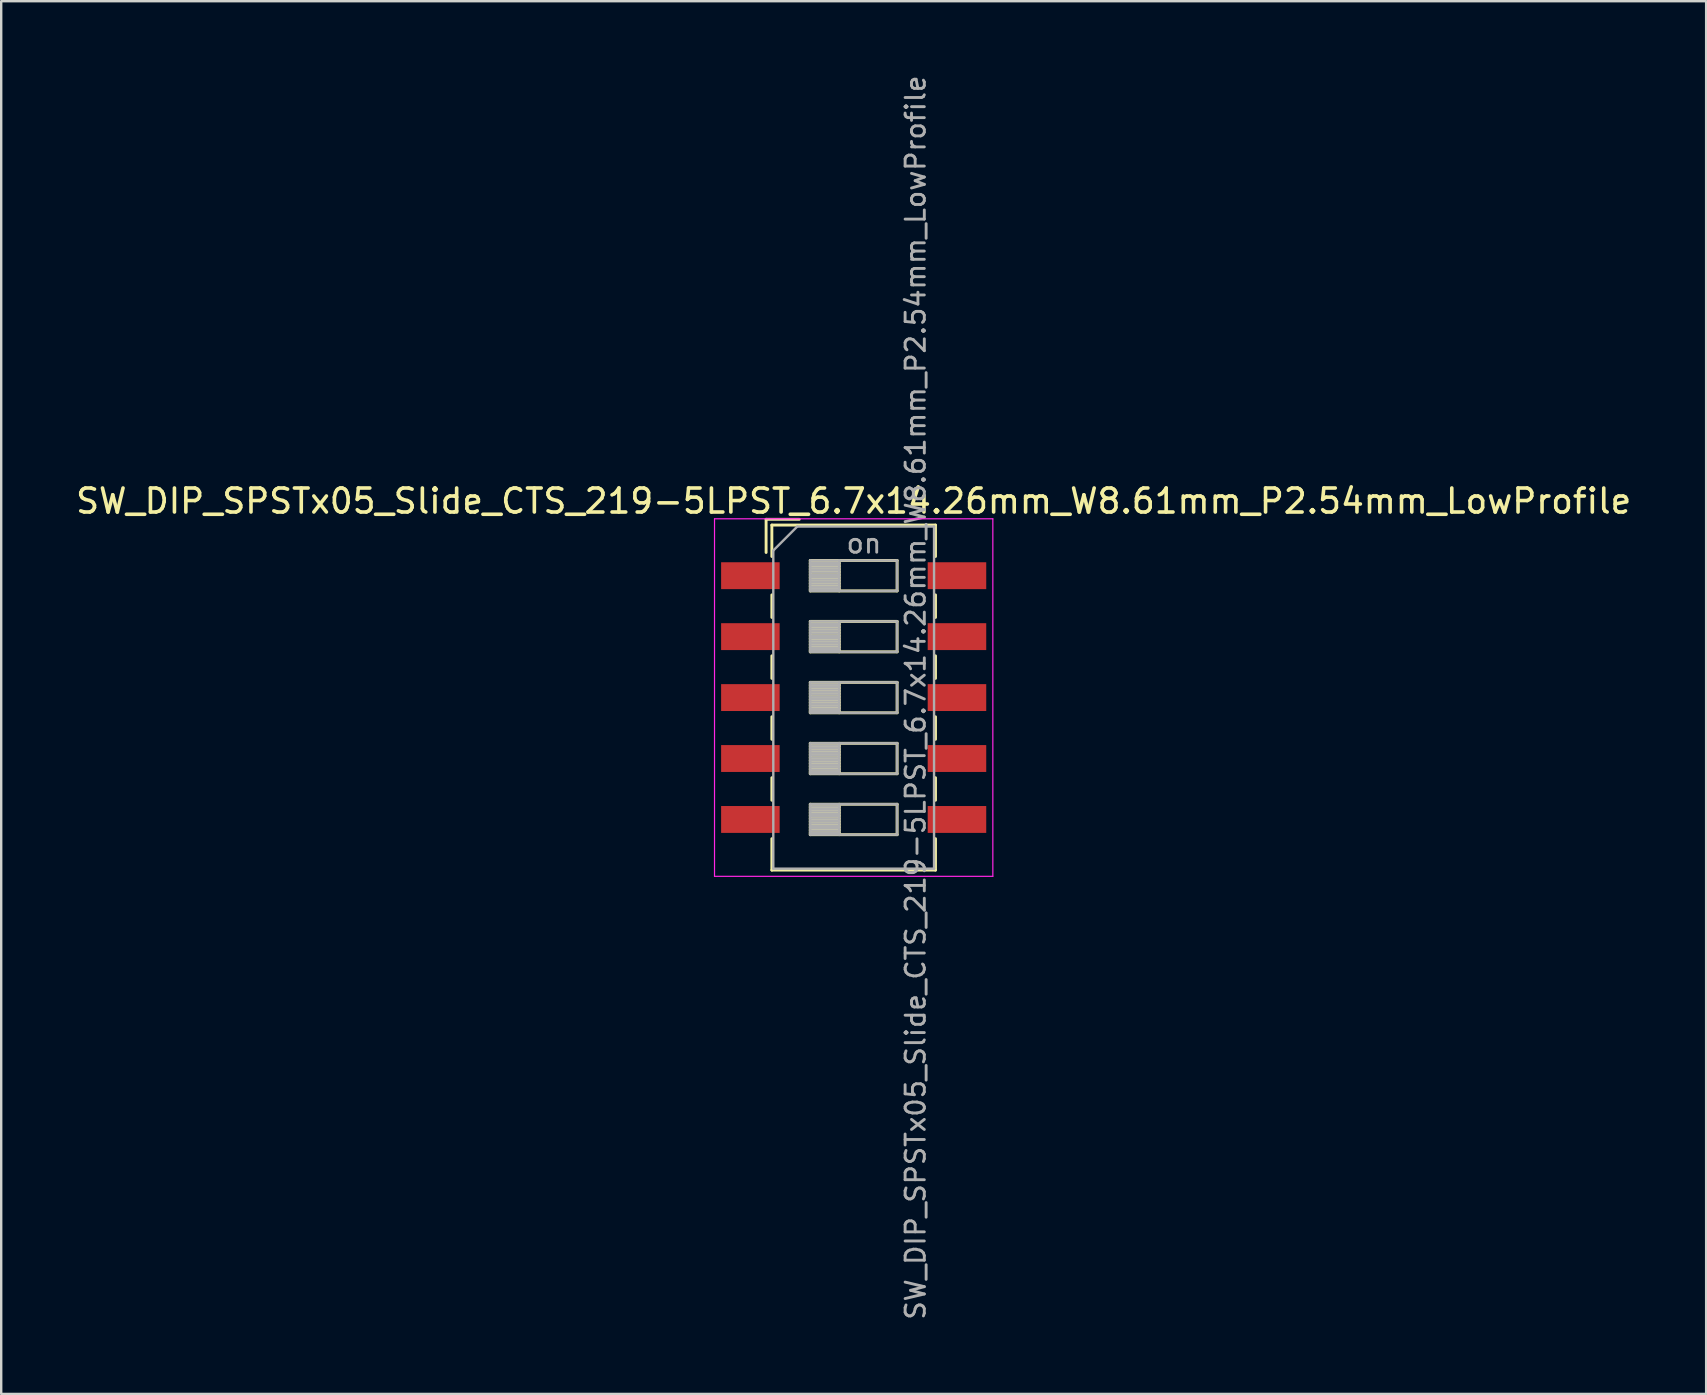
<source format=kicad_pcb>
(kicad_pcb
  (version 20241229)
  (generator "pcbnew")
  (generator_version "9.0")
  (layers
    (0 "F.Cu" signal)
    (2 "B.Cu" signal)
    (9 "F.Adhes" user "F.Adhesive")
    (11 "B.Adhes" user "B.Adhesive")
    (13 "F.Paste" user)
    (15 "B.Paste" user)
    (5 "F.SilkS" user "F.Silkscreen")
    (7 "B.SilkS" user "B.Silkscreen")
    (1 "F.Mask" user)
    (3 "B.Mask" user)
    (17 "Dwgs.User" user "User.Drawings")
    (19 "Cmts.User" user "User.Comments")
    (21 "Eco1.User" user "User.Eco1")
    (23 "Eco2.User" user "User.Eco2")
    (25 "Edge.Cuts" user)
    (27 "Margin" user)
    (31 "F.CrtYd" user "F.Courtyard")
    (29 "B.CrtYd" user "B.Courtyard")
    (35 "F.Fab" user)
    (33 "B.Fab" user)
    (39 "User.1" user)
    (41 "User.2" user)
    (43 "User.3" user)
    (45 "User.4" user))
  (footprint "SW_DIP_SPSTx05_Slide_CTS_219-5LPST_6.7x14.26mm_W8.61mm_P2.54mm_LowProfile"
    (layer "F.Cu")
    (at 32.53 26.024)
    (property "Reference" "SW_DIP_SPSTx05_Slide_CTS_219-5LPST_6.7x14.26mm_W8.61mm_P2.54mm_LowProfile" (at 0 -8.19 0) (layer "F.SilkS") (effects (font (size 1 1) (thickness 0.15))))
    (attr smd)
    (fp_line (start -3.65 -7.43) (end -3.65 -6.047) (stroke (width 0.12) (type solid)) (layer "F.SilkS"))
    (fp_line (start -3.65 -7.43) (end -2.267 -7.43) (stroke (width 0.12) (type solid)) (layer "F.SilkS"))
    (fp_line (start -3.41 -7.19) (end -3.41 -5.88) (stroke (width 0.12) (type solid)) (layer "F.SilkS"))
    (fp_line (start -3.41 -7.19) (end 3.41 -7.19) (stroke (width 0.12) (type solid)) (layer "F.SilkS"))
    (fp_line (start -3.41 -4.28) (end -3.41 -3.34) (stroke (width 0.12) (type solid)) (layer "F.SilkS"))
    (fp_line (start -3.41 -1.74) (end -3.41 -0.8) (stroke (width 0.12) (type solid)) (layer "F.SilkS"))
    (fp_line (start -3.41 0.8) (end -3.41 1.74) (stroke (width 0.12) (type solid)) (layer "F.SilkS"))
    (fp_line (start -3.41 3.34) (end -3.41 4.28) (stroke (width 0.12) (type solid)) (layer "F.SilkS"))
    (fp_line (start -3.41 5.88) (end -3.41 7.191) (stroke (width 0.12) (type solid)) (layer "F.SilkS"))
    (fp_line (start -3.41 7.191) (end 3.41 7.191) (stroke (width 0.12) (type solid)) (layer "F.SilkS"))
    (fp_line (start -1.81 -5.715) (end -1.81 -4.445) (stroke (width 0.12) (type solid)) (layer "F.SilkS"))
    (fp_line (start -1.81 -5.595) (end -0.603 -5.595) (stroke (width 0.12) (type solid)) (layer "F.SilkS"))
    (fp_line (start -1.81 -5.475) (end -0.603 -5.475) (stroke (width 0.12) (type solid)) (layer "F.SilkS"))
    (fp_line (start -1.81 -5.355) (end -0.603 -5.355) (stroke (width 0.12) (type solid)) (layer "F.SilkS"))
    (fp_line (start -1.81 -5.235) (end -0.603 -5.235) (stroke (width 0.12) (type solid)) (layer "F.SilkS"))
    (fp_line (start -1.81 -5.115) (end -0.603 -5.115) (stroke (width 0.12) (type solid)) (layer "F.SilkS"))
    (fp_line (start -1.81 -4.995) (end -0.603 -4.995) (stroke (width 0.12) (type solid)) (layer "F.SilkS"))
    (fp_line (start -1.81 -4.875) (end -0.603 -4.875) (stroke (width 0.12) (type solid)) (layer "F.SilkS"))
    (fp_line (start -1.81 -4.755) (end -0.603 -4.755) (stroke (width 0.12) (type solid)) (layer "F.SilkS"))
    (fp_line (start -1.81 -4.635) (end -0.603 -4.635) (stroke (width 0.12) (type solid)) (layer "F.SilkS"))
    (fp_line (start -1.81 -4.515) (end -0.603 -4.515) (stroke (width 0.12) (type solid)) (layer "F.SilkS"))
    (fp_line (start -1.81 -4.445) (end 1.81 -4.445) (stroke (width 0.12) (type solid)) (layer "F.SilkS"))
    (fp_line (start -1.81 -3.175) (end -1.81 -1.905) (stroke (width 0.12) (type solid)) (layer "F.SilkS"))
    (fp_line (start -1.81 -3.055) (end -0.603 -3.055) (stroke (width 0.12) (type solid)) (layer "F.SilkS"))
    (fp_line (start -1.81 -2.935) (end -0.603 -2.935) (stroke (width 0.12) (type solid)) (layer "F.SilkS"))
    (fp_line (start -1.81 -2.815) (end -0.603 -2.815) (stroke (width 0.12) (type solid)) (layer "F.SilkS"))
    (fp_line (start -1.81 -2.695) (end -0.603 -2.695) (stroke (width 0.12) (type solid)) (layer "F.SilkS"))
    (fp_line (start -1.81 -2.575) (end -0.603 -2.575) (stroke (width 0.12) (type solid)) (layer "F.SilkS"))
    (fp_line (start -1.81 -2.455) (end -0.603 -2.455) (stroke (width 0.12) (type solid)) (layer "F.SilkS"))
    (fp_line (start -1.81 -2.335) (end -0.603 -2.335) (stroke (width 0.12) (type solid)) (layer "F.SilkS"))
    (fp_line (start -1.81 -2.215) (end -0.603 -2.215) (stroke (width 0.12) (type solid)) (layer "F.SilkS"))
    (fp_line (start -1.81 -2.095) (end -0.603 -2.095) (stroke (width 0.12) (type solid)) (layer "F.SilkS"))
    (fp_line (start -1.81 -1.975) (end -0.603 -1.975) (stroke (width 0.12) (type solid)) (layer "F.SilkS"))
    (fp_line (start -1.81 -1.905) (end 1.81 -1.905) (stroke (width 0.12) (type solid)) (layer "F.SilkS"))
    (fp_line (start -1.81 -0.635) (end -1.81 0.635) (stroke (width 0.12) (type solid)) (layer "F.SilkS"))
    (fp_line (start -1.81 -0.515) (end -0.603 -0.515) (stroke (width 0.12) (type solid)) (layer "F.SilkS"))
    (fp_line (start -1.81 -0.395) (end -0.603 -0.395) (stroke (width 0.12) (type solid)) (layer "F.SilkS"))
    (fp_line (start -1.81 -0.275) (end -0.603 -0.275) (stroke (width 0.12) (type solid)) (layer "F.SilkS"))
    (fp_line (start -1.81 -0.155) (end -0.603 -0.155) (stroke (width 0.12) (type solid)) (layer "F.SilkS"))
    (fp_line (start -1.81 -0.035) (end -0.603 -0.035) (stroke (width 0.12) (type solid)) (layer "F.SilkS"))
    (fp_line (start -1.81 0.085) (end -0.603 0.085) (stroke (width 0.12) (type solid)) (layer "F.SilkS"))
    (fp_line (start -1.81 0.205) (end -0.603 0.205) (stroke (width 0.12) (type solid)) (layer "F.SilkS"))
    (fp_line (start -1.81 0.325) (end -0.603 0.325) (stroke (width 0.12) (type solid)) (layer "F.SilkS"))
    (fp_line (start -1.81 0.445) (end -0.603 0.445) (stroke (width 0.12) (type solid)) (layer "F.SilkS"))
    (fp_line (start -1.81 0.565) (end -0.603 0.565) (stroke (width 0.12) (type solid)) (layer "F.SilkS"))
    (fp_line (start -1.81 0.635) (end 1.81 0.635) (stroke (width 0.12) (type solid)) (layer "F.SilkS"))
    (fp_line (start -1.81 1.905) (end -1.81 3.175) (stroke (width 0.12) (type solid)) (layer "F.SilkS"))
    (fp_line (start -1.81 2.025) (end -0.603 2.025) (stroke (width 0.12) (type solid)) (layer "F.SilkS"))
    (fp_line (start -1.81 2.145) (end -0.603 2.145) (stroke (width 0.12) (type solid)) (layer "F.SilkS"))
    (fp_line (start -1.81 2.265) (end -0.603 2.265) (stroke (width 0.12) (type solid)) (layer "F.SilkS"))
    (fp_line (start -1.81 2.385) (end -0.603 2.385) (stroke (width 0.12) (type solid)) (layer "F.SilkS"))
    (fp_line (start -1.81 2.505) (end -0.603 2.505) (stroke (width 0.12) (type solid)) (layer "F.SilkS"))
    (fp_line (start -1.81 2.625) (end -0.603 2.625) (stroke (width 0.12) (type solid)) (layer "F.SilkS"))
    (fp_line (start -1.81 2.745) (end -0.603 2.745) (stroke (width 0.12) (type solid)) (layer "F.SilkS"))
    (fp_line (start -1.81 2.865) (end -0.603 2.865) (stroke (width 0.12) (type solid)) (layer "F.SilkS"))
    (fp_line (start -1.81 2.985) (end -0.603 2.985) (stroke (width 0.12) (type solid)) (layer "F.SilkS"))
    (fp_line (start -1.81 3.105) (end -0.603 3.105) (stroke (width 0.12) (type solid)) (layer "F.SilkS"))
    (fp_line (start -1.81 3.175) (end 1.81 3.175) (stroke (width 0.12) (type solid)) (layer "F.SilkS"))
    (fp_line (start -1.81 4.445) (end -1.81 5.715) (stroke (width 0.12) (type solid)) (layer "F.SilkS"))
    (fp_line (start -1.81 4.565) (end -0.603 4.565) (stroke (width 0.12) (type solid)) (layer "F.SilkS"))
    (fp_line (start -1.81 4.685) (end -0.603 4.685) (stroke (width 0.12) (type solid)) (layer "F.SilkS"))
    (fp_line (start -1.81 4.805) (end -0.603 4.805) (stroke (width 0.12) (type solid)) (layer "F.SilkS"))
    (fp_line (start -1.81 4.925) (end -0.603 4.925) (stroke (width 0.12) (type solid)) (layer "F.SilkS"))
    (fp_line (start -1.81 5.045) (end -0.603 5.045) (stroke (width 0.12) (type solid)) (layer "F.SilkS"))
    (fp_line (start -1.81 5.165) (end -0.603 5.165) (stroke (width 0.12) (type solid)) (layer "F.SilkS"))
    (fp_line (start -1.81 5.285) (end -0.603 5.285) (stroke (width 0.12) (type solid)) (layer "F.SilkS"))
    (fp_line (start -1.81 5.405) (end -0.603 5.405) (stroke (width 0.12) (type solid)) (layer "F.SilkS"))
    (fp_line (start -1.81 5.525) (end -0.603 5.525) (stroke (width 0.12) (type solid)) (layer "F.SilkS"))
    (fp_line (start -1.81 5.645) (end -0.603 5.645) (stroke (width 0.12) (type solid)) (layer "F.SilkS"))
    (fp_line (start -1.81 5.715) (end 1.81 5.715) (stroke (width 0.12) (type solid)) (layer "F.SilkS"))
    (fp_line (start -0.603 -5.715) (end -0.603 -4.445) (stroke (width 0.12) (type solid)) (layer "F.SilkS"))
    (fp_line (start -0.603 -3.175) (end -0.603 -1.905) (stroke (width 0.12) (type solid)) (layer "F.SilkS"))
    (fp_line (start -0.603 -0.635) (end -0.603 0.635) (stroke (width 0.12) (type solid)) (layer "F.SilkS"))
    (fp_line (start -0.603 1.905) (end -0.603 3.175) (stroke (width 0.12) (type solid)) (layer "F.SilkS"))
    (fp_line (start -0.603 4.445) (end -0.603 5.715) (stroke (width 0.12) (type solid)) (layer "F.SilkS"))
    (fp_line (start 1.81 -5.715) (end -1.81 -5.715) (stroke (width 0.12) (type solid)) (layer "F.SilkS"))
    (fp_line (start 1.81 -4.445) (end 1.81 -5.715) (stroke (width 0.12) (type solid)) (layer "F.SilkS"))
    (fp_line (start 1.81 -3.175) (end -1.81 -3.175) (stroke (width 0.12) (type solid)) (layer "F.SilkS"))
    (fp_line (start 1.81 -1.905) (end 1.81 -3.175) (stroke (width 0.12) (type solid)) (layer "F.SilkS"))
    (fp_line (start 1.81 -0.635) (end -1.81 -0.635) (stroke (width 0.12) (type solid)) (layer "F.SilkS"))
    (fp_line (start 1.81 0.635) (end 1.81 -0.635) (stroke (width 0.12) (type solid)) (layer "F.SilkS"))
    (fp_line (start 1.81 1.905) (end -1.81 1.905) (stroke (width 0.12) (type solid)) (layer "F.SilkS"))
    (fp_line (start 1.81 3.175) (end 1.81 1.905) (stroke (width 0.12) (type solid)) (layer "F.SilkS"))
    (fp_line (start 1.81 4.445) (end -1.81 4.445) (stroke (width 0.12) (type solid)) (layer "F.SilkS"))
    (fp_line (start 1.81 5.715) (end 1.81 4.445) (stroke (width 0.12) (type solid)) (layer "F.SilkS"))
    (fp_line (start 3.41 -7.19) (end 3.41 -5.88) (stroke (width 0.12) (type solid)) (layer "F.SilkS"))
    (fp_line (start 3.41 -4.28) (end 3.41 -3.34) (stroke (width 0.12) (type solid)) (layer "F.SilkS"))
    (fp_line (start 3.41 -1.74) (end 3.41 -0.8) (stroke (width 0.12) (type solid)) (layer "F.SilkS"))
    (fp_line (start 3.41 0.8) (end 3.41 1.74) (stroke (width 0.12) (type solid)) (layer "F.SilkS"))
    (fp_line (start 3.41 3.34) (end 3.41 4.28) (stroke (width 0.12) (type solid)) (layer "F.SilkS"))
    (fp_line (start 3.41 5.88) (end 3.41 7.191) (stroke (width 0.12) (type solid)) (layer "F.SilkS"))
    (fp_line (start -5.8 -7.45) (end -5.8 7.45) (stroke (width 0.05) (type solid)) (layer "F.CrtYd"))
    (fp_line (start -5.8 7.45) (end 5.8 7.45) (stroke (width 0.05) (type solid)) (layer "F.CrtYd"))
    (fp_line (start 5.8 -7.45) (end -5.8 -7.45) (stroke (width 0.05) (type solid)) (layer "F.CrtYd"))
    (fp_line (start 5.8 7.45) (end 5.8 -7.45) (stroke (width 0.05) (type solid)) (layer "F.CrtYd"))
    (fp_line (start -3.35 -6.13) (end -2.35 -7.13) (stroke (width 0.1) (type solid)) (layer "F.Fab"))
    (fp_line (start -3.35 7.13) (end -3.35 -6.13) (stroke (width 0.1) (type solid)) (layer "F.Fab"))
    (fp_line (start -2.35 -7.13) (end 3.35 -7.13) (stroke (width 0.1) (type solid)) (layer "F.Fab"))
    (fp_line (start -1.81 -5.715) (end -1.81 -4.445) (stroke (width 0.1) (type solid)) (layer "F.Fab"))
    (fp_line (start -1.81 -5.615) (end -0.603 -5.615) (stroke (width 0.1) (type solid)) (layer "F.Fab"))
    (fp_line (start -1.81 -5.515) (end -0.603 -5.515) (stroke (width 0.1) (type solid)) (layer "F.Fab"))
    (fp_line (start -1.81 -5.415) (end -0.603 -5.415) (stroke (width 0.1) (type solid)) (layer "F.Fab"))
    (fp_line (start -1.81 -5.315) (end -0.603 -5.315) (stroke (width 0.1) (type solid)) (layer "F.Fab"))
    (fp_line (start -1.81 -5.215) (end -0.603 -5.215) (stroke (width 0.1) (type solid)) (layer "F.Fab"))
    (fp_line (start -1.81 -5.115) (end -0.603 -5.115) (stroke (width 0.1) (type solid)) (layer "F.Fab"))
    (fp_line (start -1.81 -5.015) (end -0.603 -5.015) (stroke (width 0.1) (type solid)) (layer "F.Fab"))
    (fp_line (start -1.81 -4.915) (end -0.603 -4.915) (stroke (width 0.1) (type solid)) (layer "F.Fab"))
    (fp_line (start -1.81 -4.815) (end -0.603 -4.815) (stroke (width 0.1) (type solid)) (layer "F.Fab"))
    (fp_line (start -1.81 -4.715) (end -0.603 -4.715) (stroke (width 0.1) (type solid)) (layer "F.Fab"))
    (fp_line (start -1.81 -4.615) (end -0.603 -4.615) (stroke (width 0.1) (type solid)) (layer "F.Fab"))
    (fp_line (start -1.81 -4.515) (end -0.603 -4.515) (stroke (width 0.1) (type solid)) (layer "F.Fab"))
    (fp_line (start -1.81 -4.445) (end 1.81 -4.445) (stroke (width 0.1) (type solid)) (layer "F.Fab"))
    (fp_line (start -1.81 -3.175) (end -1.81 -1.905) (stroke (width 0.1) (type solid)) (layer "F.Fab"))
    (fp_line (start -1.81 -3.075) (end -0.603 -3.075) (stroke (width 0.1) (type solid)) (layer "F.Fab"))
    (fp_line (start -1.81 -2.975) (end -0.603 -2.975) (stroke (width 0.1) (type solid)) (layer "F.Fab"))
    (fp_line (start -1.81 -2.875) (end -0.603 -2.875) (stroke (width 0.1) (type solid)) (layer "F.Fab"))
    (fp_line (start -1.81 -2.775) (end -0.603 -2.775) (stroke (width 0.1) (type solid)) (layer "F.Fab"))
    (fp_line (start -1.81 -2.675) (end -0.603 -2.675) (stroke (width 0.1) (type solid)) (layer "F.Fab"))
    (fp_line (start -1.81 -2.575) (end -0.603 -2.575) (stroke (width 0.1) (type solid)) (layer "F.Fab"))
    (fp_line (start -1.81 -2.475) (end -0.603 -2.475) (stroke (width 0.1) (type solid)) (layer "F.Fab"))
    (fp_line (start -1.81 -2.375) (end -0.603 -2.375) (stroke (width 0.1) (type solid)) (layer "F.Fab"))
    (fp_line (start -1.81 -2.275) (end -0.603 -2.275) (stroke (width 0.1) (type solid)) (layer "F.Fab"))
    (fp_line (start -1.81 -2.175) (end -0.603 -2.175) (stroke (width 0.1) (type solid)) (layer "F.Fab"))
    (fp_line (start -1.81 -2.075) (end -0.603 -2.075) (stroke (width 0.1) (type solid)) (layer "F.Fab"))
    (fp_line (start -1.81 -1.975) (end -0.603 -1.975) (stroke (width 0.1) (type solid)) (layer "F.Fab"))
    (fp_line (start -1.81 -1.905) (end 1.81 -1.905) (stroke (width 0.1) (type solid)) (layer "F.Fab"))
    (fp_line (start -1.81 -0.635) (end -1.81 0.635) (stroke (width 0.1) (type solid)) (layer "F.Fab"))
    (fp_line (start -1.81 -0.535) (end -0.603 -0.535) (stroke (width 0.1) (type solid)) (layer "F.Fab"))
    (fp_line (start -1.81 -0.435) (end -0.603 -0.435) (stroke (width 0.1) (type solid)) (layer "F.Fab"))
    (fp_line (start -1.81 -0.335) (end -0.603 -0.335) (stroke (width 0.1) (type solid)) (layer "F.Fab"))
    (fp_line (start -1.81 -0.235) (end -0.603 -0.235) (stroke (width 0.1) (type solid)) (layer "F.Fab"))
    (fp_line (start -1.81 -0.135) (end -0.603 -0.135) (stroke (width 0.1) (type solid)) (layer "F.Fab"))
    (fp_line (start -1.81 -0.035) (end -0.603 -0.035) (stroke (width 0.1) (type solid)) (layer "F.Fab"))
    (fp_line (start -1.81 0.065) (end -0.603 0.065) (stroke (width 0.1) (type solid)) (layer "F.Fab"))
    (fp_line (start -1.81 0.165) (end -0.603 0.165) (stroke (width 0.1) (type solid)) (layer "F.Fab"))
    (fp_line (start -1.81 0.265) (end -0.603 0.265) (stroke (width 0.1) (type solid)) (layer "F.Fab"))
    (fp_line (start -1.81 0.365) (end -0.603 0.365) (stroke (width 0.1) (type solid)) (layer "F.Fab"))
    (fp_line (start -1.81 0.465) (end -0.603 0.465) (stroke (width 0.1) (type solid)) (layer "F.Fab"))
    (fp_line (start -1.81 0.565) (end -0.603 0.565) (stroke (width 0.1) (type solid)) (layer "F.Fab"))
    (fp_line (start -1.81 0.635) (end 1.81 0.635) (stroke (width 0.1) (type solid)) (layer "F.Fab"))
    (fp_line (start -1.81 1.905) (end -1.81 3.175) (stroke (width 0.1) (type solid)) (layer "F.Fab"))
    (fp_line (start -1.81 2.005) (end -0.603 2.005) (stroke (width 0.1) (type solid)) (layer "F.Fab"))
    (fp_line (start -1.81 2.105) (end -0.603 2.105) (stroke (width 0.1) (type solid)) (layer "F.Fab"))
    (fp_line (start -1.81 2.205) (end -0.603 2.205) (stroke (width 0.1) (type solid)) (layer "F.Fab"))
    (fp_line (start -1.81 2.305) (end -0.603 2.305) (stroke (width 0.1) (type solid)) (layer "F.Fab"))
    (fp_line (start -1.81 2.405) (end -0.603 2.405) (stroke (width 0.1) (type solid)) (layer "F.Fab"))
    (fp_line (start -1.81 2.505) (end -0.603 2.505) (stroke (width 0.1) (type solid)) (layer "F.Fab"))
    (fp_line (start -1.81 2.605) (end -0.603 2.605) (stroke (width 0.1) (type solid)) (layer "F.Fab"))
    (fp_line (start -1.81 2.705) (end -0.603 2.705) (stroke (width 0.1) (type solid)) (layer "F.Fab"))
    (fp_line (start -1.81 2.805) (end -0.603 2.805) (stroke (width 0.1) (type solid)) (layer "F.Fab"))
    (fp_line (start -1.81 2.905) (end -0.603 2.905) (stroke (width 0.1) (type solid)) (layer "F.Fab"))
    (fp_line (start -1.81 3.005) (end -0.603 3.005) (stroke (width 0.1) (type solid)) (layer "F.Fab"))
    (fp_line (start -1.81 3.105) (end -0.603 3.105) (stroke (width 0.1) (type solid)) (layer "F.Fab"))
    (fp_line (start -1.81 3.175) (end 1.81 3.175) (stroke (width 0.1) (type solid)) (layer "F.Fab"))
    (fp_line (start -1.81 4.445) (end -1.81 5.715) (stroke (width 0.1) (type solid)) (layer "F.Fab"))
    (fp_line (start -1.81 4.545) (end -0.603 4.545) (stroke (width 0.1) (type solid)) (layer "F.Fab"))
    (fp_line (start -1.81 4.645) (end -0.603 4.645) (stroke (width 0.1) (type solid)) (layer "F.Fab"))
    (fp_line (start -1.81 4.745) (end -0.603 4.745) (stroke (width 0.1) (type solid)) (layer "F.Fab"))
    (fp_line (start -1.81 4.845) (end -0.603 4.845) (stroke (width 0.1) (type solid)) (layer "F.Fab"))
    (fp_line (start -1.81 4.945) (end -0.603 4.945) (stroke (width 0.1) (type solid)) (layer "F.Fab"))
    (fp_line (start -1.81 5.045) (end -0.603 5.045) (stroke (width 0.1) (type solid)) (layer "F.Fab"))
    (fp_line (start -1.81 5.145) (end -0.603 5.145) (stroke (width 0.1) (type solid)) (layer "F.Fab"))
    (fp_line (start -1.81 5.245) (end -0.603 5.245) (stroke (width 0.1) (type solid)) (layer "F.Fab"))
    (fp_line (start -1.81 5.345) (end -0.603 5.345) (stroke (width 0.1) (type solid)) (layer "F.Fab"))
    (fp_line (start -1.81 5.445) (end -0.603 5.445) (stroke (width 0.1) (type solid)) (layer "F.Fab"))
    (fp_line (start -1.81 5.545) (end -0.603 5.545) (stroke (width 0.1) (type solid)) (layer "F.Fab"))
    (fp_line (start -1.81 5.645) (end -0.603 5.645) (stroke (width 0.1) (type solid)) (layer "F.Fab"))
    (fp_line (start -1.81 5.715) (end 1.81 5.715) (stroke (width 0.1) (type solid)) (layer "F.Fab"))
    (fp_line (start -0.603 -5.715) (end -0.603 -4.445) (stroke (width 0.1) (type solid)) (layer "F.Fab"))
    (fp_line (start -0.603 -3.175) (end -0.603 -1.905) (stroke (width 0.1) (type solid)) (layer "F.Fab"))
    (fp_line (start -0.603 -0.635) (end -0.603 0.635) (stroke (width 0.1) (type solid)) (layer "F.Fab"))
    (fp_line (start -0.603 1.905) (end -0.603 3.175) (stroke (width 0.1) (type solid)) (layer "F.Fab"))
    (fp_line (start -0.603 4.445) (end -0.603 5.715) (stroke (width 0.1) (type solid)) (layer "F.Fab"))
    (fp_line (start 1.81 -5.715) (end -1.81 -5.715) (stroke (width 0.1) (type solid)) (layer "F.Fab"))
    (fp_line (start 1.81 -4.445) (end 1.81 -5.715) (stroke (width 0.1) (type solid)) (layer "F.Fab"))
    (fp_line (start 1.81 -3.175) (end -1.81 -3.175) (stroke (width 0.1) (type solid)) (layer "F.Fab"))
    (fp_line (start 1.81 -1.905) (end 1.81 -3.175) (stroke (width 0.1) (type solid)) (layer "F.Fab"))
    (fp_line (start 1.81 -0.635) (end -1.81 -0.635) (stroke (width 0.1) (type solid)) (layer "F.Fab"))
    (fp_line (start 1.81 0.635) (end 1.81 -0.635) (stroke (width 0.1) (type solid)) (layer "F.Fab"))
    (fp_line (start 1.81 1.905) (end -1.81 1.905) (stroke (width 0.1) (type solid)) (layer "F.Fab"))
    (fp_line (start 1.81 3.175) (end 1.81 1.905) (stroke (width 0.1) (type solid)) (layer "F.Fab"))
    (fp_line (start 1.81 4.445) (end -1.81 4.445) (stroke (width 0.1) (type solid)) (layer "F.Fab"))
    (fp_line (start 1.81 5.715) (end 1.81 4.445) (stroke (width 0.1) (type solid)) (layer "F.Fab"))
    (fp_line (start 3.35 -7.13) (end 3.35 7.13) (stroke (width 0.1) (type solid)) (layer "F.Fab"))
    (fp_line (start 3.35 7.13) (end -3.35 7.13) (stroke (width 0.1) (type solid)) (layer "F.Fab"))
    (fp_text user "on" (at 0.427 -6.423 0) (layer "F.Fab") (effects (font (size 0.8 0.8) (thickness 0.12))))
    (fp_text user "${REFERENCE}" (at 2.58 0 90) (layer "F.Fab") (effects (font (size 0.8 0.8) (thickness 0.12))))
    (pad "1" smd rect (at -4.305 -5.08) (size 2.44 1.12) (layers "F.Cu" "F.Mask" "F.Paste"))
    (pad "2" smd rect (at -4.305 -2.54) (size 2.44 1.12) (layers "F.Cu" "F.Mask" "F.Paste"))
    (pad "3" smd rect (at -4.305 0) (size 2.44 1.12) (layers "F.Cu" "F.Mask" "F.Paste"))
    (pad "4" smd rect (at -4.305 2.54) (size 2.44 1.12) (layers "F.Cu" "F.Mask" "F.Paste"))
    (pad "5" smd rect (at -4.305 5.08) (size 2.44 1.12) (layers "F.Cu" "F.Mask" "F.Paste"))
    (pad "6" smd rect (at 4.305 5.08) (size 2.44 1.12) (layers "F.Cu" "F.Mask" "F.Paste"))
    (pad "7" smd rect (at 4.305 2.54) (size 2.44 1.12) (layers "F.Cu" "F.Mask" "F.Paste"))
    (pad "8" smd rect (at 4.305 0) (size 2.44 1.12) (layers "F.Cu" "F.Mask" "F.Paste"))
    (pad "9" smd rect (at 4.305 -2.54) (size 2.44 1.12) (layers "F.Cu" "F.Mask" "F.Paste"))
    (pad "10" smd rect (at 4.305 -5.08) (size 2.44 1.12) (layers "F.Cu" "F.Mask" "F.Paste")))
  (gr_rect
    (start -3 -3)
    (end 68.06 55.048)
    (stroke (width 0.1) (type default))
    (fill no)
    (layer "Edge.Cuts")))
</source>
